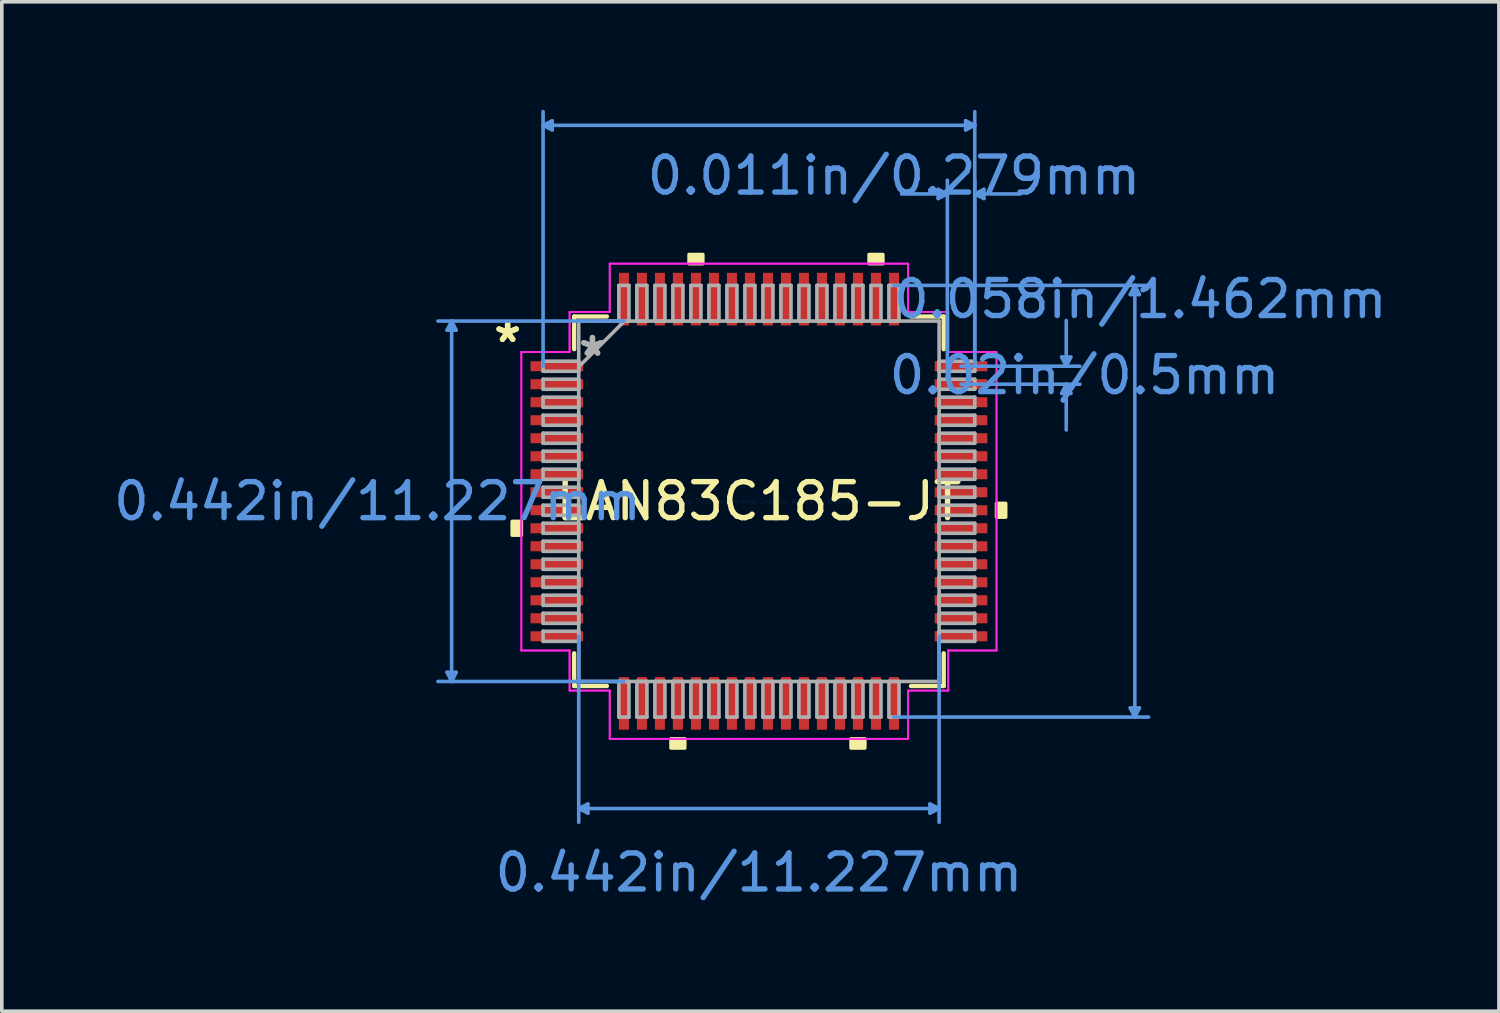
<source format=kicad_pcb>
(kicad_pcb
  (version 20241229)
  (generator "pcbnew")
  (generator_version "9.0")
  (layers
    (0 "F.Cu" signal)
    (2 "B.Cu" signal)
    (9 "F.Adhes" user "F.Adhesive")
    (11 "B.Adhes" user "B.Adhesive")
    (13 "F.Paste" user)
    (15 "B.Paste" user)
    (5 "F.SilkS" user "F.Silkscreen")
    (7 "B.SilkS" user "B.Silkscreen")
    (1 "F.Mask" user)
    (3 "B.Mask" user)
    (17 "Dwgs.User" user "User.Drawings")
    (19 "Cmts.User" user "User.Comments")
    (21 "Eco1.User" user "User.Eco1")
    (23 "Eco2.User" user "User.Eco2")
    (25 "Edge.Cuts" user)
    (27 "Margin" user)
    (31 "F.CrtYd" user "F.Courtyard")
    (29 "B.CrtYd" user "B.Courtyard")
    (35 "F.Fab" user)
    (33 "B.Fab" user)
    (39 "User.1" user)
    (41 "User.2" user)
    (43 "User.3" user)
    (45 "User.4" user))
  (footprint "LAN83C185-JT"
    (layer "F.Cu")
    (at 18.026 10.87)
    (property "Reference" "LAN83C185-JT" (at 0 0 0) (layer "F.SilkS") (effects (font (size 1 1) (thickness 0.15))))
    (attr through_hole)
    (fp_line (start -5.131 -5.131) (end -5.131 -4.222) (stroke (width 0.12) (type solid)) (layer "F.SilkS"))
    (fp_line (start -5.131 4.222) (end -5.131 5.131) (stroke (width 0.12) (type solid)) (layer "F.SilkS"))
    (fp_line (start -5.131 5.131) (end -4.222 5.131) (stroke (width 0.12) (type solid)) (layer "F.SilkS"))
    (fp_line (start -4.222 -5.131) (end -5.131 -5.131) (stroke (width 0.12) (type solid)) (layer "F.SilkS"))
    (fp_line (start 4.222 5.131) (end 5.131 5.131) (stroke (width 0.12) (type solid)) (layer "F.SilkS"))
    (fp_line (start 5.131 -5.131) (end 4.222 -5.131) (stroke (width 0.12) (type solid)) (layer "F.SilkS"))
    (fp_line (start 5.131 -4.222) (end 5.131 -5.131) (stroke (width 0.12) (type solid)) (layer "F.SilkS"))
    (fp_line (start 5.131 5.131) (end 5.131 4.222) (stroke (width 0.12) (type solid)) (layer "F.SilkS"))
    (fp_poly (pts (xy -6.852 0.56) (xy -6.852 0.941) (xy -6.598 0.941) (xy -6.598 0.56)) (stroke (width 0.1) (type solid)) (fill yes) (layer "F.SilkS"))
    (fp_poly (pts (xy -2.441 6.598) (xy -2.441 6.852) (xy -2.06 6.852) (xy -2.06 6.598)) (stroke (width 0.1) (type solid)) (fill yes) (layer "F.SilkS"))
    (fp_poly (pts (xy -1.94 -6.598) (xy -1.94 -6.852) (xy -1.559 -6.852) (xy -1.559 -6.598)) (stroke (width 0.1) (type solid)) (fill yes) (layer "F.SilkS"))
    (fp_poly (pts (xy 2.559 6.598) (xy 2.559 6.852) (xy 2.941 6.852) (xy 2.941 6.598)) (stroke (width 0.1) (type solid)) (fill yes) (layer "F.SilkS"))
    (fp_poly (pts (xy 3.06 -6.598) (xy 3.06 -6.852) (xy 3.441 -6.852) (xy 3.441 -6.598)) (stroke (width 0.1) (type solid)) (fill yes) (layer "F.SilkS"))
    (fp_poly (pts (xy 6.852 0.059) (xy 6.852 0.441) (xy 6.598 0.441) (xy 6.598 0.059)) (stroke (width 0.1) (type solid)) (fill yes) (layer "F.SilkS"))
    (fp_line (start -8.661 -4.75) (end -8.407 -4.75) (stroke (width 0.1) (type solid)) (layer "Cmts.User"))
    (fp_line (start -8.661 4.75) (end -8.407 4.75) (stroke (width 0.1) (type solid)) (layer "Cmts.User"))
    (fp_line (start -8.534 -5.004) (end -8.661 -4.75) (stroke (width 0.1) (type solid)) (layer "Cmts.User"))
    (fp_line (start -8.534 -5.004) (end -8.534 5.004) (stroke (width 0.1) (type solid)) (layer "Cmts.User"))
    (fp_line (start -8.534 -5.004) (end -8.407 -4.75) (stroke (width 0.1) (type solid)) (layer "Cmts.User"))
    (fp_line (start -8.534 5.004) (end -8.661 4.75) (stroke (width 0.1) (type solid)) (layer "Cmts.User"))
    (fp_line (start -8.534 5.004) (end -8.407 4.75) (stroke (width 0.1) (type solid)) (layer "Cmts.User"))
    (fp_line (start -5.994 -10.439) (end -5.74 -10.566) (stroke (width 0.1) (type solid)) (layer "Cmts.User"))
    (fp_line (start -5.994 -10.439) (end -5.74 -10.312) (stroke (width 0.1) (type solid)) (layer "Cmts.User"))
    (fp_line (start -5.994 -10.439) (end 5.994 -10.439) (stroke (width 0.1) (type solid)) (layer "Cmts.User"))
    (fp_line (start -5.994 -3.75) (end -5.994 -10.82) (stroke (width 0.1) (type solid)) (layer "Cmts.User"))
    (fp_line (start -5.74 -10.566) (end -5.74 -10.312) (stroke (width 0.1) (type solid)) (layer "Cmts.User"))
    (fp_line (start -5.004 3.75) (end -5.004 8.915) (stroke (width 0.1) (type solid)) (layer "Cmts.User"))
    (fp_line (start -5.004 8.534) (end -4.75 8.407) (stroke (width 0.1) (type solid)) (layer "Cmts.User"))
    (fp_line (start -5.004 8.534) (end -4.75 8.661) (stroke (width 0.1) (type solid)) (layer "Cmts.User"))
    (fp_line (start -5.004 8.534) (end 5.004 8.534) (stroke (width 0.1) (type solid)) (layer "Cmts.User"))
    (fp_line (start -4.75 8.407) (end -4.75 8.661) (stroke (width 0.1) (type solid)) (layer "Cmts.User"))
    (fp_line (start -3.75 -5.004) (end -8.915 -5.004) (stroke (width 0.1) (type solid)) (layer "Cmts.User"))
    (fp_line (start -3.75 5.004) (end -8.915 5.004) (stroke (width 0.1) (type solid)) (layer "Cmts.User"))
    (fp_line (start 3.75 -5.994) (end 10.82 -5.994) (stroke (width 0.1) (type solid)) (layer "Cmts.User"))
    (fp_line (start 3.75 5.994) (end 10.82 5.994) (stroke (width 0.1) (type solid)) (layer "Cmts.User"))
    (fp_line (start 4.75 8.407) (end 4.75 8.661) (stroke (width 0.1) (type solid)) (layer "Cmts.User"))
    (fp_line (start 4.978 -8.661) (end 4.978 -8.407) (stroke (width 0.1) (type solid)) (layer "Cmts.User"))
    (fp_line (start 5.004 3.75) (end 5.004 8.915) (stroke (width 0.1) (type solid)) (layer "Cmts.User"))
    (fp_line (start 5.004 8.534) (end 4.75 8.407) (stroke (width 0.1) (type solid)) (layer "Cmts.User"))
    (fp_line (start 5.004 8.534) (end 4.75 8.661) (stroke (width 0.1) (type solid)) (layer "Cmts.User"))
    (fp_line (start 5.232 -8.534) (end 3.962 -8.534) (stroke (width 0.1) (type solid)) (layer "Cmts.User"))
    (fp_line (start 5.232 -8.534) (end 4.978 -8.661) (stroke (width 0.1) (type solid)) (layer "Cmts.User"))
    (fp_line (start 5.232 -8.534) (end 4.978 -8.407) (stroke (width 0.1) (type solid)) (layer "Cmts.User"))
    (fp_line (start 5.232 -3.75) (end 5.232 -8.915) (stroke (width 0.1) (type solid)) (layer "Cmts.User"))
    (fp_line (start 5.613 -3.75) (end 8.915 -3.75) (stroke (width 0.1) (type solid)) (layer "Cmts.User"))
    (fp_line (start 5.613 -3.25) (end 8.915 -3.25) (stroke (width 0.1) (type solid)) (layer "Cmts.User"))
    (fp_line (start 5.74 -10.566) (end 5.74 -10.312) (stroke (width 0.1) (type solid)) (layer "Cmts.User"))
    (fp_line (start 5.994 -10.439) (end 5.74 -10.566) (stroke (width 0.1) (type solid)) (layer "Cmts.User"))
    (fp_line (start 5.994 -10.439) (end 5.74 -10.312) (stroke (width 0.1) (type solid)) (layer "Cmts.User"))
    (fp_line (start 5.994 -8.534) (end 6.248 -8.661) (stroke (width 0.1) (type solid)) (layer "Cmts.User"))
    (fp_line (start 5.994 -8.534) (end 6.248 -8.407) (stroke (width 0.1) (type solid)) (layer "Cmts.User"))
    (fp_line (start 5.994 -8.534) (end 7.264 -8.534) (stroke (width 0.1) (type solid)) (layer "Cmts.User"))
    (fp_line (start 5.994 -3.75) (end 5.994 -10.82) (stroke (width 0.1) (type solid)) (layer "Cmts.User"))
    (fp_line (start 5.994 -3.75) (end 5.994 -8.915) (stroke (width 0.1) (type solid)) (layer "Cmts.User"))
    (fp_line (start 6.248 -8.661) (end 6.248 -8.407) (stroke (width 0.1) (type solid)) (layer "Cmts.User"))
    (fp_line (start 8.407 -4.004) (end 8.661 -4.004) (stroke (width 0.1) (type solid)) (layer "Cmts.User"))
    (fp_line (start 8.407 -2.996) (end 8.661 -2.996) (stroke (width 0.1) (type solid)) (layer "Cmts.User"))
    (fp_line (start 8.534 -3.75) (end 8.407 -4.004) (stroke (width 0.1) (type solid)) (layer "Cmts.User"))
    (fp_line (start 8.534 -3.75) (end 8.534 -5.02) (stroke (width 0.1) (type solid)) (layer "Cmts.User"))
    (fp_line (start 8.534 -3.75) (end 8.661 -4.004) (stroke (width 0.1) (type solid)) (layer "Cmts.User"))
    (fp_line (start 8.534 -3.25) (end 8.407 -2.996) (stroke (width 0.1) (type solid)) (layer "Cmts.User"))
    (fp_line (start 8.534 -3.25) (end 8.534 -1.98) (stroke (width 0.1) (type solid)) (layer "Cmts.User"))
    (fp_line (start 8.534 -3.25) (end 8.661 -2.996) (stroke (width 0.1) (type solid)) (layer "Cmts.User"))
    (fp_line (start 10.312 -5.74) (end 10.566 -5.74) (stroke (width 0.1) (type solid)) (layer "Cmts.User"))
    (fp_line (start 10.312 5.74) (end 10.566 5.74) (stroke (width 0.1) (type solid)) (layer "Cmts.User"))
    (fp_line (start 10.439 -5.994) (end 10.312 -5.74) (stroke (width 0.1) (type solid)) (layer "Cmts.User"))
    (fp_line (start 10.439 -5.994) (end 10.439 5.994) (stroke (width 0.1) (type solid)) (layer "Cmts.User"))
    (fp_line (start 10.439 -5.994) (end 10.566 -5.74) (stroke (width 0.1) (type solid)) (layer "Cmts.User"))
    (fp_line (start 10.439 5.994) (end 10.312 5.74) (stroke (width 0.1) (type solid)) (layer "Cmts.User"))
    (fp_line (start 10.439 5.994) (end 10.566 5.74) (stroke (width 0.1) (type solid)) (layer "Cmts.User"))
    (fp_line (start -6.598 -4.144) (end -5.258 -4.144) (stroke (width 0.05) (type solid)) (layer "F.CrtYd"))
    (fp_line (start -6.598 -4.144) (end -5.258 -4.144) (stroke (width 0.05) (type solid)) (layer "F.CrtYd"))
    (fp_line (start -6.598 4.144) (end -6.598 -4.144) (stroke (width 0.05) (type solid)) (layer "F.CrtYd"))
    (fp_line (start -6.598 4.144) (end -6.598 -4.144) (stroke (width 0.05) (type solid)) (layer "F.CrtYd"))
    (fp_line (start -5.258 -5.258) (end -4.144 -5.258) (stroke (width 0.05) (type solid)) (layer "F.CrtYd"))
    (fp_line (start -5.258 -5.258) (end -4.144 -5.258) (stroke (width 0.05) (type solid)) (layer "F.CrtYd"))
    (fp_line (start -5.258 -4.144) (end -5.258 -5.258) (stroke (width 0.05) (type solid)) (layer "F.CrtYd"))
    (fp_line (start -5.258 -4.144) (end -5.258 -5.258) (stroke (width 0.05) (type solid)) (layer "F.CrtYd"))
    (fp_line (start -5.258 4.144) (end -6.598 4.144) (stroke (width 0.05) (type solid)) (layer "F.CrtYd"))
    (fp_line (start -5.258 4.144) (end -6.598 4.144) (stroke (width 0.05) (type solid)) (layer "F.CrtYd"))
    (fp_line (start -5.258 5.258) (end -5.258 4.144) (stroke (width 0.05) (type solid)) (layer "F.CrtYd"))
    (fp_line (start -5.258 5.258) (end -5.258 4.144) (stroke (width 0.05) (type solid)) (layer "F.CrtYd"))
    (fp_line (start -5.258 5.258) (end -4.144 5.258) (stroke (width 0.05) (type solid)) (layer "F.CrtYd"))
    (fp_line (start -4.144 -6.598) (end 4.144 -6.598) (stroke (width 0.05) (type solid)) (layer "F.CrtYd"))
    (fp_line (start -4.144 -6.598) (end 4.144 -6.598) (stroke (width 0.05) (type solid)) (layer "F.CrtYd"))
    (fp_line (start -4.144 -5.258) (end -4.144 -6.598) (stroke (width 0.05) (type solid)) (layer "F.CrtYd"))
    (fp_line (start -4.144 -5.258) (end -4.144 -6.598) (stroke (width 0.05) (type solid)) (layer "F.CrtYd"))
    (fp_line (start -4.144 5.258) (end -5.258 5.258) (stroke (width 0.05) (type solid)) (layer "F.CrtYd"))
    (fp_line (start -4.144 5.258) (end -4.144 6.598) (stroke (width 0.05) (type solid)) (layer "F.CrtYd"))
    (fp_line (start -4.144 6.598) (end -4.144 5.258) (stroke (width 0.05) (type solid)) (layer "F.CrtYd"))
    (fp_line (start -4.144 6.598) (end 4.144 6.598) (stroke (width 0.05) (type solid)) (layer "F.CrtYd"))
    (fp_line (start 4.144 -6.598) (end 4.144 -5.258) (stroke (width 0.05) (type solid)) (layer "F.CrtYd"))
    (fp_line (start 4.144 -6.598) (end 4.144 -5.258) (stroke (width 0.05) (type solid)) (layer "F.CrtYd"))
    (fp_line (start 4.144 -5.258) (end 5.258 -5.258) (stroke (width 0.05) (type solid)) (layer "F.CrtYd"))
    (fp_line (start 4.144 -5.258) (end 5.258 -5.258) (stroke (width 0.05) (type solid)) (layer "F.CrtYd"))
    (fp_line (start 4.144 5.258) (end 4.144 6.598) (stroke (width 0.05) (type solid)) (layer "F.CrtYd"))
    (fp_line (start 4.144 5.258) (end 5.258 5.258) (stroke (width 0.05) (type solid)) (layer "F.CrtYd"))
    (fp_line (start 4.144 6.598) (end -4.144 6.598) (stroke (width 0.05) (type solid)) (layer "F.CrtYd"))
    (fp_line (start 4.144 6.598) (end 4.144 5.258) (stroke (width 0.05) (type solid)) (layer "F.CrtYd"))
    (fp_line (start 5.258 -5.258) (end 5.258 -4.144) (stroke (width 0.05) (type solid)) (layer "F.CrtYd"))
    (fp_line (start 5.258 -4.144) (end 5.258 -5.258) (stroke (width 0.05) (type solid)) (layer "F.CrtYd"))
    (fp_line (start 5.258 -4.144) (end 6.598 -4.144) (stroke (width 0.05) (type solid)) (layer "F.CrtYd"))
    (fp_line (start 5.258 4.144) (end 5.258 5.258) (stroke (width 0.05) (type solid)) (layer "F.CrtYd"))
    (fp_line (start 5.258 4.144) (end 6.598 4.144) (stroke (width 0.05) (type solid)) (layer "F.CrtYd"))
    (fp_line (start 5.258 5.258) (end 4.144 5.258) (stroke (width 0.05) (type solid)) (layer "F.CrtYd"))
    (fp_line (start 5.258 5.258) (end 5.258 4.144) (stroke (width 0.05) (type solid)) (layer "F.CrtYd"))
    (fp_line (start 6.598 -4.144) (end 5.258 -4.144) (stroke (width 0.05) (type solid)) (layer "F.CrtYd"))
    (fp_line (start 6.598 -4.144) (end 6.598 4.144) (stroke (width 0.05) (type solid)) (layer "F.CrtYd"))
    (fp_line (start 6.598 4.144) (end 5.258 4.144) (stroke (width 0.05) (type solid)) (layer "F.CrtYd"))
    (fp_line (start 6.598 4.144) (end 6.598 -4.144) (stroke (width 0.05) (type solid)) (layer "F.CrtYd"))
    (fp_line (start -5.994 -3.89) (end -5.994 -3.61) (stroke (width 0.1) (type solid)) (layer "F.Fab"))
    (fp_line (start -5.994 -3.61) (end -5.004 -3.61) (stroke (width 0.1) (type solid)) (layer "F.Fab"))
    (fp_line (start -5.994 -3.39) (end -5.994 -3.11) (stroke (width 0.1) (type solid)) (layer "F.Fab"))
    (fp_line (start -5.994 -3.11) (end -5.004 -3.11) (stroke (width 0.1) (type solid)) (layer "F.Fab"))
    (fp_line (start -5.994 -2.89) (end -5.994 -2.61) (stroke (width 0.1) (type solid)) (layer "F.Fab"))
    (fp_line (start -5.994 -2.61) (end -5.004 -2.61) (stroke (width 0.1) (type solid)) (layer "F.Fab"))
    (fp_line (start -5.994 -2.39) (end -5.994 -2.11) (stroke (width 0.1) (type solid)) (layer "F.Fab"))
    (fp_line (start -5.994 -2.11) (end -5.004 -2.11) (stroke (width 0.1) (type solid)) (layer "F.Fab"))
    (fp_line (start -5.994 -1.89) (end -5.994 -1.61) (stroke (width 0.1) (type solid)) (layer "F.Fab"))
    (fp_line (start -5.994 -1.61) (end -5.004 -1.61) (stroke (width 0.1) (type solid)) (layer "F.Fab"))
    (fp_line (start -5.994 -1.39) (end -5.994 -1.11) (stroke (width 0.1) (type solid)) (layer "F.Fab"))
    (fp_line (start -5.994 -1.11) (end -5.004 -1.11) (stroke (width 0.1) (type solid)) (layer "F.Fab"))
    (fp_line (start -5.994 -0.89) (end -5.994 -0.61) (stroke (width 0.1) (type solid)) (layer "F.Fab"))
    (fp_line (start -5.994 -0.61) (end -5.004 -0.61) (stroke (width 0.1) (type solid)) (layer "F.Fab"))
    (fp_line (start -5.994 -0.39) (end -5.994 -0.11) (stroke (width 0.1) (type solid)) (layer "F.Fab"))
    (fp_line (start -5.994 -0.11) (end -5.004 -0.11) (stroke (width 0.1) (type solid)) (layer "F.Fab"))
    (fp_line (start -5.994 0.11) (end -5.994 0.39) (stroke (width 0.1) (type solid)) (layer "F.Fab"))
    (fp_line (start -5.994 0.39) (end -5.004 0.39) (stroke (width 0.1) (type solid)) (layer "F.Fab"))
    (fp_line (start -5.994 0.61) (end -5.994 0.89) (stroke (width 0.1) (type solid)) (layer "F.Fab"))
    (fp_line (start -5.994 0.89) (end -5.004 0.89) (stroke (width 0.1) (type solid)) (layer "F.Fab"))
    (fp_line (start -5.994 1.11) (end -5.994 1.39) (stroke (width 0.1) (type solid)) (layer "F.Fab"))
    (fp_line (start -5.994 1.39) (end -5.004 1.39) (stroke (width 0.1) (type solid)) (layer "F.Fab"))
    (fp_line (start -5.994 1.61) (end -5.994 1.89) (stroke (width 0.1) (type solid)) (layer "F.Fab"))
    (fp_line (start -5.994 1.89) (end -5.004 1.89) (stroke (width 0.1) (type solid)) (layer "F.Fab"))
    (fp_line (start -5.994 2.11) (end -5.994 2.39) (stroke (width 0.1) (type solid)) (layer "F.Fab"))
    (fp_line (start -5.994 2.39) (end -5.004 2.39) (stroke (width 0.1) (type solid)) (layer "F.Fab"))
    (fp_line (start -5.994 2.61) (end -5.994 2.89) (stroke (width 0.1) (type solid)) (layer "F.Fab"))
    (fp_line (start -5.994 2.89) (end -5.004 2.89) (stroke (width 0.1) (type solid)) (layer "F.Fab"))
    (fp_line (start -5.994 3.11) (end -5.994 3.39) (stroke (width 0.1) (type solid)) (layer "F.Fab"))
    (fp_line (start -5.994 3.39) (end -5.004 3.39) (stroke (width 0.1) (type solid)) (layer "F.Fab"))
    (fp_line (start -5.994 3.61) (end -5.994 3.89) (stroke (width 0.1) (type solid)) (layer "F.Fab"))
    (fp_line (start -5.994 3.89) (end -5.004 3.89) (stroke (width 0.1) (type solid)) (layer "F.Fab"))
    (fp_line (start -5.004 -5.004) (end -5.004 5.004) (stroke (width 0.1) (type solid)) (layer "F.Fab"))
    (fp_line (start -5.004 -3.89) (end -5.994 -3.89) (stroke (width 0.1) (type solid)) (layer "F.Fab"))
    (fp_line (start -5.004 -3.734) (end -3.734 -5.004) (stroke (width 0.1) (type solid)) (layer "F.Fab"))
    (fp_line (start -5.004 -3.61) (end -5.004 -3.89) (stroke (width 0.1) (type solid)) (layer "F.Fab"))
    (fp_line (start -5.004 -3.39) (end -5.994 -3.39) (stroke (width 0.1) (type solid)) (layer "F.Fab"))
    (fp_line (start -5.004 -3.11) (end -5.004 -3.39) (stroke (width 0.1) (type solid)) (layer "F.Fab"))
    (fp_line (start -5.004 -2.89) (end -5.994 -2.89) (stroke (width 0.1) (type solid)) (layer "F.Fab"))
    (fp_line (start -5.004 -2.61) (end -5.004 -2.89) (stroke (width 0.1) (type solid)) (layer "F.Fab"))
    (fp_line (start -5.004 -2.39) (end -5.994 -2.39) (stroke (width 0.1) (type solid)) (layer "F.Fab"))
    (fp_line (start -5.004 -2.11) (end -5.004 -2.39) (stroke (width 0.1) (type solid)) (layer "F.Fab"))
    (fp_line (start -5.004 -1.89) (end -5.994 -1.89) (stroke (width 0.1) (type solid)) (layer "F.Fab"))
    (fp_line (start -5.004 -1.61) (end -5.004 -1.89) (stroke (width 0.1) (type solid)) (layer "F.Fab"))
    (fp_line (start -5.004 -1.39) (end -5.994 -1.39) (stroke (width 0.1) (type solid)) (layer "F.Fab"))
    (fp_line (start -5.004 -1.11) (end -5.004 -1.39) (stroke (width 0.1) (type solid)) (layer "F.Fab"))
    (fp_line (start -5.004 -0.89) (end -5.994 -0.89) (stroke (width 0.1) (type solid)) (layer "F.Fab"))
    (fp_line (start -5.004 -0.61) (end -5.004 -0.89) (stroke (width 0.1) (type solid)) (layer "F.Fab"))
    (fp_line (start -5.004 -0.39) (end -5.994 -0.39) (stroke (width 0.1) (type solid)) (layer "F.Fab"))
    (fp_line (start -5.004 -0.11) (end -5.004 -0.39) (stroke (width 0.1) (type solid)) (layer "F.Fab"))
    (fp_line (start -5.004 0.11) (end -5.994 0.11) (stroke (width 0.1) (type solid)) (layer "F.Fab"))
    (fp_line (start -5.004 0.39) (end -5.004 0.11) (stroke (width 0.1) (type solid)) (layer "F.Fab"))
    (fp_line (start -5.004 0.61) (end -5.994 0.61) (stroke (width 0.1) (type solid)) (layer "F.Fab"))
    (fp_line (start -5.004 0.89) (end -5.004 0.61) (stroke (width 0.1) (type solid)) (layer "F.Fab"))
    (fp_line (start -5.004 1.11) (end -5.994 1.11) (stroke (width 0.1) (type solid)) (layer "F.Fab"))
    (fp_line (start -5.004 1.39) (end -5.004 1.11) (stroke (width 0.1) (type solid)) (layer "F.Fab"))
    (fp_line (start -5.004 1.61) (end -5.994 1.61) (stroke (width 0.1) (type solid)) (layer "F.Fab"))
    (fp_line (start -5.004 1.89) (end -5.004 1.61) (stroke (width 0.1) (type solid)) (layer "F.Fab"))
    (fp_line (start -5.004 2.11) (end -5.994 2.11) (stroke (width 0.1) (type solid)) (layer "F.Fab"))
    (fp_line (start -5.004 2.39) (end -5.004 2.11) (stroke (width 0.1) (type solid)) (layer "F.Fab"))
    (fp_line (start -5.004 2.61) (end -5.994 2.61) (stroke (width 0.1) (type solid)) (layer "F.Fab"))
    (fp_line (start -5.004 2.89) (end -5.004 2.61) (stroke (width 0.1) (type solid)) (layer "F.Fab"))
    (fp_line (start -5.004 3.11) (end -5.994 3.11) (stroke (width 0.1) (type solid)) (layer "F.Fab"))
    (fp_line (start -5.004 3.39) (end -5.004 3.11) (stroke (width 0.1) (type solid)) (layer "F.Fab"))
    (fp_line (start -5.004 3.61) (end -5.994 3.61) (stroke (width 0.1) (type solid)) (layer "F.Fab"))
    (fp_line (start -5.004 3.89) (end -5.004 3.61) (stroke (width 0.1) (type solid)) (layer "F.Fab"))
    (fp_line (start -5.004 5.004) (end 5.004 5.004) (stroke (width 0.1) (type solid)) (layer "F.Fab"))
    (fp_line (start -3.89 -5.994) (end -3.89 -5.004) (stroke (width 0.1) (type solid)) (layer "F.Fab"))
    (fp_line (start -3.89 -5.004) (end -3.61 -5.004) (stroke (width 0.1) (type solid)) (layer "F.Fab"))
    (fp_line (start -3.89 5.004) (end -3.89 5.994) (stroke (width 0.1) (type solid)) (layer "F.Fab"))
    (fp_line (start -3.89 5.994) (end -3.61 5.994) (stroke (width 0.1) (type solid)) (layer "F.Fab"))
    (fp_line (start -3.61 -5.994) (end -3.89 -5.994) (stroke (width 0.1) (type solid)) (layer "F.Fab"))
    (fp_line (start -3.61 -5.004) (end -3.61 -5.994) (stroke (width 0.1) (type solid)) (layer "F.Fab"))
    (fp_line (start -3.61 5.004) (end -3.89 5.004) (stroke (width 0.1) (type solid)) (layer "F.Fab"))
    (fp_line (start -3.61 5.994) (end -3.61 5.004) (stroke (width 0.1) (type solid)) (layer "F.Fab"))
    (fp_line (start -3.39 -5.994) (end -3.39 -5.004) (stroke (width 0.1) (type solid)) (layer "F.Fab"))
    (fp_line (start -3.39 -5.004) (end -3.11 -5.004) (stroke (width 0.1) (type solid)) (layer "F.Fab"))
    (fp_line (start -3.39 5.004) (end -3.39 5.994) (stroke (width 0.1) (type solid)) (layer "F.Fab"))
    (fp_line (start -3.39 5.994) (end -3.11 5.994) (stroke (width 0.1) (type solid)) (layer "F.Fab"))
    (fp_line (start -3.11 -5.994) (end -3.39 -5.994) (stroke (width 0.1) (type solid)) (layer "F.Fab"))
    (fp_line (start -3.11 -5.004) (end -3.11 -5.994) (stroke (width 0.1) (type solid)) (layer "F.Fab"))
    (fp_line (start -3.11 5.004) (end -3.39 5.004) (stroke (width 0.1) (type solid)) (layer "F.Fab"))
    (fp_line (start -3.11 5.994) (end -3.11 5.004) (stroke (width 0.1) (type solid)) (layer "F.Fab"))
    (fp_line (start -2.89 -5.994) (end -2.89 -5.004) (stroke (width 0.1) (type solid)) (layer "F.Fab"))
    (fp_line (start -2.89 -5.004) (end -2.61 -5.004) (stroke (width 0.1) (type solid)) (layer "F.Fab"))
    (fp_line (start -2.89 5.004) (end -2.89 5.994) (stroke (width 0.1) (type solid)) (layer "F.Fab"))
    (fp_line (start -2.89 5.994) (end -2.61 5.994) (stroke (width 0.1) (type solid)) (layer "F.Fab"))
    (fp_line (start -2.61 -5.994) (end -2.89 -5.994) (stroke (width 0.1) (type solid)) (layer "F.Fab"))
    (fp_line (start -2.61 -5.004) (end -2.61 -5.994) (stroke (width 0.1) (type solid)) (layer "F.Fab"))
    (fp_line (start -2.61 5.004) (end -2.89 5.004) (stroke (width 0.1) (type solid)) (layer "F.Fab"))
    (fp_line (start -2.61 5.994) (end -2.61 5.004) (stroke (width 0.1) (type solid)) (layer "F.Fab"))
    (fp_line (start -2.39 -5.994) (end -2.39 -5.004) (stroke (width 0.1) (type solid)) (layer "F.Fab"))
    (fp_line (start -2.39 -5.004) (end -2.11 -5.004) (stroke (width 0.1) (type solid)) (layer "F.Fab"))
    (fp_line (start -2.39 5.004) (end -2.39 5.994) (stroke (width 0.1) (type solid)) (layer "F.Fab"))
    (fp_line (start -2.39 5.994) (end -2.11 5.994) (stroke (width 0.1) (type solid)) (layer "F.Fab"))
    (fp_line (start -2.11 -5.994) (end -2.39 -5.994) (stroke (width 0.1) (type solid)) (layer "F.Fab"))
    (fp_line (start -2.11 -5.004) (end -2.11 -5.994) (stroke (width 0.1) (type solid)) (layer "F.Fab"))
    (fp_line (start -2.11 5.004) (end -2.39 5.004) (stroke (width 0.1) (type solid)) (layer "F.Fab"))
    (fp_line (start -2.11 5.994) (end -2.11 5.004) (stroke (width 0.1) (type solid)) (layer "F.Fab"))
    (fp_line (start -1.89 -5.994) (end -1.89 -5.004) (stroke (width 0.1) (type solid)) (layer "F.Fab"))
    (fp_line (start -1.89 -5.004) (end -1.61 -5.004) (stroke (width 0.1) (type solid)) (layer "F.Fab"))
    (fp_line (start -1.89 5.004) (end -1.89 5.994) (stroke (width 0.1) (type solid)) (layer "F.Fab"))
    (fp_line (start -1.89 5.994) (end -1.61 5.994) (stroke (width 0.1) (type solid)) (layer "F.Fab"))
    (fp_line (start -1.61 -5.994) (end -1.89 -5.994) (stroke (width 0.1) (type solid)) (layer "F.Fab"))
    (fp_line (start -1.61 -5.004) (end -1.61 -5.994) (stroke (width 0.1) (type solid)) (layer "F.Fab"))
    (fp_line (start -1.61 5.004) (end -1.89 5.004) (stroke (width 0.1) (type solid)) (layer "F.Fab"))
    (fp_line (start -1.61 5.994) (end -1.61 5.004) (stroke (width 0.1) (type solid)) (layer "F.Fab"))
    (fp_line (start -1.39 -5.994) (end -1.39 -5.004) (stroke (width 0.1) (type solid)) (layer "F.Fab"))
    (fp_line (start -1.39 -5.004) (end -1.11 -5.004) (stroke (width 0.1) (type solid)) (layer "F.Fab"))
    (fp_line (start -1.39 5.004) (end -1.39 5.994) (stroke (width 0.1) (type solid)) (layer "F.Fab"))
    (fp_line (start -1.39 5.994) (end -1.11 5.994) (stroke (width 0.1) (type solid)) (layer "F.Fab"))
    (fp_line (start -1.11 -5.994) (end -1.39 -5.994) (stroke (width 0.1) (type solid)) (layer "F.Fab"))
    (fp_line (start -1.11 -5.004) (end -1.11 -5.994) (stroke (width 0.1) (type solid)) (layer "F.Fab"))
    (fp_line (start -1.11 5.004) (end -1.39 5.004) (stroke (width 0.1) (type solid)) (layer "F.Fab"))
    (fp_line (start -1.11 5.994) (end -1.11 5.004) (stroke (width 0.1) (type solid)) (layer "F.Fab"))
    (fp_line (start -0.89 -5.994) (end -0.89 -5.004) (stroke (width 0.1) (type solid)) (layer "F.Fab"))
    (fp_line (start -0.89 -5.004) (end -0.61 -5.004) (stroke (width 0.1) (type solid)) (layer "F.Fab"))
    (fp_line (start -0.89 5.004) (end -0.89 5.994) (stroke (width 0.1) (type solid)) (layer "F.Fab"))
    (fp_line (start -0.89 5.994) (end -0.61 5.994) (stroke (width 0.1) (type solid)) (layer "F.Fab"))
    (fp_line (start -0.61 -5.994) (end -0.89 -5.994) (stroke (width 0.1) (type solid)) (layer "F.Fab"))
    (fp_line (start -0.61 -5.004) (end -0.61 -5.994) (stroke (width 0.1) (type solid)) (layer "F.Fab"))
    (fp_line (start -0.61 5.004) (end -0.89 5.004) (stroke (width 0.1) (type solid)) (layer "F.Fab"))
    (fp_line (start -0.61 5.994) (end -0.61 5.004) (stroke (width 0.1) (type solid)) (layer "F.Fab"))
    (fp_line (start -0.39 -5.994) (end -0.39 -5.004) (stroke (width 0.1) (type solid)) (layer "F.Fab"))
    (fp_line (start -0.39 -5.004) (end -0.11 -5.004) (stroke (width 0.1) (type solid)) (layer "F.Fab"))
    (fp_line (start -0.39 5.004) (end -0.39 5.994) (stroke (width 0.1) (type solid)) (layer "F.Fab"))
    (fp_line (start -0.39 5.994) (end -0.11 5.994) (stroke (width 0.1) (type solid)) (layer "F.Fab"))
    (fp_line (start -0.11 -5.994) (end -0.39 -5.994) (stroke (width 0.1) (type solid)) (layer "F.Fab"))
    (fp_line (start -0.11 -5.004) (end -0.11 -5.994) (stroke (width 0.1) (type solid)) (layer "F.Fab"))
    (fp_line (start -0.11 5.004) (end -0.39 5.004) (stroke (width 0.1) (type solid)) (layer "F.Fab"))
    (fp_line (start -0.11 5.994) (end -0.11 5.004) (stroke (width 0.1) (type solid)) (layer "F.Fab"))
    (fp_line (start 0.11 -5.994) (end 0.11 -5.004) (stroke (width 0.1) (type solid)) (layer "F.Fab"))
    (fp_line (start 0.11 -5.004) (end 0.39 -5.004) (stroke (width 0.1) (type solid)) (layer "F.Fab"))
    (fp_line (start 0.11 5.004) (end 0.11 5.994) (stroke (width 0.1) (type solid)) (layer "F.Fab"))
    (fp_line (start 0.11 5.994) (end 0.39 5.994) (stroke (width 0.1) (type solid)) (layer "F.Fab"))
    (fp_line (start 0.39 -5.994) (end 0.11 -5.994) (stroke (width 0.1) (type solid)) (layer "F.Fab"))
    (fp_line (start 0.39 -5.004) (end 0.39 -5.994) (stroke (width 0.1) (type solid)) (layer "F.Fab"))
    (fp_line (start 0.39 5.004) (end 0.11 5.004) (stroke (width 0.1) (type solid)) (layer "F.Fab"))
    (fp_line (start 0.39 5.994) (end 0.39 5.004) (stroke (width 0.1) (type solid)) (layer "F.Fab"))
    (fp_line (start 0.61 -5.994) (end 0.61 -5.004) (stroke (width 0.1) (type solid)) (layer "F.Fab"))
    (fp_line (start 0.61 -5.004) (end 0.89 -5.004) (stroke (width 0.1) (type solid)) (layer "F.Fab"))
    (fp_line (start 0.61 5.004) (end 0.61 5.994) (stroke (width 0.1) (type solid)) (layer "F.Fab"))
    (fp_line (start 0.61 5.994) (end 0.89 5.994) (stroke (width 0.1) (type solid)) (layer "F.Fab"))
    (fp_line (start 0.89 -5.994) (end 0.61 -5.994) (stroke (width 0.1) (type solid)) (layer "F.Fab"))
    (fp_line (start 0.89 -5.004) (end 0.89 -5.994) (stroke (width 0.1) (type solid)) (layer "F.Fab"))
    (fp_line (start 0.89 5.004) (end 0.61 5.004) (stroke (width 0.1) (type solid)) (layer "F.Fab"))
    (fp_line (start 0.89 5.994) (end 0.89 5.004) (stroke (width 0.1) (type solid)) (layer "F.Fab"))
    (fp_line (start 1.11 -5.994) (end 1.11 -5.004) (stroke (width 0.1) (type solid)) (layer "F.Fab"))
    (fp_line (start 1.11 -5.004) (end 1.39 -5.004) (stroke (width 0.1) (type solid)) (layer "F.Fab"))
    (fp_line (start 1.11 5.004) (end 1.11 5.994) (stroke (width 0.1) (type solid)) (layer "F.Fab"))
    (fp_line (start 1.11 5.994) (end 1.39 5.994) (stroke (width 0.1) (type solid)) (layer "F.Fab"))
    (fp_line (start 1.39 -5.994) (end 1.11 -5.994) (stroke (width 0.1) (type solid)) (layer "F.Fab"))
    (fp_line (start 1.39 -5.004) (end 1.39 -5.994) (stroke (width 0.1) (type solid)) (layer "F.Fab"))
    (fp_line (start 1.39 5.004) (end 1.11 5.004) (stroke (width 0.1) (type solid)) (layer "F.Fab"))
    (fp_line (start 1.39 5.994) (end 1.39 5.004) (stroke (width 0.1) (type solid)) (layer "F.Fab"))
    (fp_line (start 1.61 -5.994) (end 1.61 -5.004) (stroke (width 0.1) (type solid)) (layer "F.Fab"))
    (fp_line (start 1.61 -5.004) (end 1.89 -5.004) (stroke (width 0.1) (type solid)) (layer "F.Fab"))
    (fp_line (start 1.61 5.004) (end 1.61 5.994) (stroke (width 0.1) (type solid)) (layer "F.Fab"))
    (fp_line (start 1.61 5.994) (end 1.89 5.994) (stroke (width 0.1) (type solid)) (layer "F.Fab"))
    (fp_line (start 1.89 -5.994) (end 1.61 -5.994) (stroke (width 0.1) (type solid)) (layer "F.Fab"))
    (fp_line (start 1.89 -5.004) (end 1.89 -5.994) (stroke (width 0.1) (type solid)) (layer "F.Fab"))
    (fp_line (start 1.89 5.004) (end 1.61 5.004) (stroke (width 0.1) (type solid)) (layer "F.Fab"))
    (fp_line (start 1.89 5.994) (end 1.89 5.004) (stroke (width 0.1) (type solid)) (layer "F.Fab"))
    (fp_line (start 2.11 -5.994) (end 2.11 -5.004) (stroke (width 0.1) (type solid)) (layer "F.Fab"))
    (fp_line (start 2.11 -5.004) (end 2.39 -5.004) (stroke (width 0.1) (type solid)) (layer "F.Fab"))
    (fp_line (start 2.11 5.004) (end 2.11 5.994) (stroke (width 0.1) (type solid)) (layer "F.Fab"))
    (fp_line (start 2.11 5.994) (end 2.39 5.994) (stroke (width 0.1) (type solid)) (layer "F.Fab"))
    (fp_line (start 2.39 -5.994) (end 2.11 -5.994) (stroke (width 0.1) (type solid)) (layer "F.Fab"))
    (fp_line (start 2.39 -5.004) (end 2.39 -5.994) (stroke (width 0.1) (type solid)) (layer "F.Fab"))
    (fp_line (start 2.39 5.004) (end 2.11 5.004) (stroke (width 0.1) (type solid)) (layer "F.Fab"))
    (fp_line (start 2.39 5.994) (end 2.39 5.004) (stroke (width 0.1) (type solid)) (layer "F.Fab"))
    (fp_line (start 2.61 -5.994) (end 2.61 -5.004) (stroke (width 0.1) (type solid)) (layer "F.Fab"))
    (fp_line (start 2.61 -5.004) (end 2.89 -5.004) (stroke (width 0.1) (type solid)) (layer "F.Fab"))
    (fp_line (start 2.61 5.004) (end 2.61 5.994) (stroke (width 0.1) (type solid)) (layer "F.Fab"))
    (fp_line (start 2.61 5.994) (end 2.89 5.994) (stroke (width 0.1) (type solid)) (layer "F.Fab"))
    (fp_line (start 2.89 -5.994) (end 2.61 -5.994) (stroke (width 0.1) (type solid)) (layer "F.Fab"))
    (fp_line (start 2.89 -5.004) (end 2.89 -5.994) (stroke (width 0.1) (type solid)) (layer "F.Fab"))
    (fp_line (start 2.89 5.004) (end 2.61 5.004) (stroke (width 0.1) (type solid)) (layer "F.Fab"))
    (fp_line (start 2.89 5.994) (end 2.89 5.004) (stroke (width 0.1) (type solid)) (layer "F.Fab"))
    (fp_line (start 3.11 -5.994) (end 3.11 -5.004) (stroke (width 0.1) (type solid)) (layer "F.Fab"))
    (fp_line (start 3.11 -5.004) (end 3.39 -5.004) (stroke (width 0.1) (type solid)) (layer "F.Fab"))
    (fp_line (start 3.11 5.004) (end 3.11 5.994) (stroke (width 0.1) (type solid)) (layer "F.Fab"))
    (fp_line (start 3.11 5.994) (end 3.39 5.994) (stroke (width 0.1) (type solid)) (layer "F.Fab"))
    (fp_line (start 3.39 -5.994) (end 3.11 -5.994) (stroke (width 0.1) (type solid)) (layer "F.Fab"))
    (fp_line (start 3.39 -5.004) (end 3.39 -5.994) (stroke (width 0.1) (type solid)) (layer "F.Fab"))
    (fp_line (start 3.39 5.004) (end 3.11 5.004) (stroke (width 0.1) (type solid)) (layer "F.Fab"))
    (fp_line (start 3.39 5.994) (end 3.39 5.004) (stroke (width 0.1) (type solid)) (layer "F.Fab"))
    (fp_line (start 3.61 -5.994) (end 3.61 -5.004) (stroke (width 0.1) (type solid)) (layer "F.Fab"))
    (fp_line (start 3.61 -5.004) (end 3.89 -5.004) (stroke (width 0.1) (type solid)) (layer "F.Fab"))
    (fp_line (start 3.61 5.004) (end 3.61 5.994) (stroke (width 0.1) (type solid)) (layer "F.Fab"))
    (fp_line (start 3.61 5.994) (end 3.89 5.994) (stroke (width 0.1) (type solid)) (layer "F.Fab"))
    (fp_line (start 3.89 -5.994) (end 3.61 -5.994) (stroke (width 0.1) (type solid)) (layer "F.Fab"))
    (fp_line (start 3.89 -5.004) (end 3.89 -5.994) (stroke (width 0.1) (type solid)) (layer "F.Fab"))
    (fp_line (start 3.89 5.004) (end 3.61 5.004) (stroke (width 0.1) (type solid)) (layer "F.Fab"))
    (fp_line (start 3.89 5.994) (end 3.89 5.004) (stroke (width 0.1) (type solid)) (layer "F.Fab"))
    (fp_line (start 5.004 -5.004) (end -5.004 -5.004) (stroke (width 0.1) (type solid)) (layer "F.Fab"))
    (fp_line (start 5.004 -3.89) (end 5.004 -3.61) (stroke (width 0.1) (type solid)) (layer "F.Fab"))
    (fp_line (start 5.004 -3.61) (end 5.994 -3.61) (stroke (width 0.1) (type solid)) (layer "F.Fab"))
    (fp_line (start 5.004 -3.39) (end 5.004 -3.11) (stroke (width 0.1) (type solid)) (layer "F.Fab"))
    (fp_line (start 5.004 -3.11) (end 5.994 -3.11) (stroke (width 0.1) (type solid)) (layer "F.Fab"))
    (fp_line (start 5.004 -2.89) (end 5.004 -2.61) (stroke (width 0.1) (type solid)) (layer "F.Fab"))
    (fp_line (start 5.004 -2.61) (end 5.994 -2.61) (stroke (width 0.1) (type solid)) (layer "F.Fab"))
    (fp_line (start 5.004 -2.39) (end 5.004 -2.11) (stroke (width 0.1) (type solid)) (layer "F.Fab"))
    (fp_line (start 5.004 -2.11) (end 5.994 -2.11) (stroke (width 0.1) (type solid)) (layer "F.Fab"))
    (fp_line (start 5.004 -1.89) (end 5.004 -1.61) (stroke (width 0.1) (type solid)) (layer "F.Fab"))
    (fp_line (start 5.004 -1.61) (end 5.994 -1.61) (stroke (width 0.1) (type solid)) (layer "F.Fab"))
    (fp_line (start 5.004 -1.39) (end 5.004 -1.11) (stroke (width 0.1) (type solid)) (layer "F.Fab"))
    (fp_line (start 5.004 -1.11) (end 5.994 -1.11) (stroke (width 0.1) (type solid)) (layer "F.Fab"))
    (fp_line (start 5.004 -0.89) (end 5.004 -0.61) (stroke (width 0.1) (type solid)) (layer "F.Fab"))
    (fp_line (start 5.004 -0.61) (end 5.994 -0.61) (stroke (width 0.1) (type solid)) (layer "F.Fab"))
    (fp_line (start 5.004 -0.39) (end 5.004 -0.11) (stroke (width 0.1) (type solid)) (layer "F.Fab"))
    (fp_line (start 5.004 -0.11) (end 5.994 -0.11) (stroke (width 0.1) (type solid)) (layer "F.Fab"))
    (fp_line (start 5.004 0.11) (end 5.004 0.39) (stroke (width 0.1) (type solid)) (layer "F.Fab"))
    (fp_line (start 5.004 0.39) (end 5.994 0.39) (stroke (width 0.1) (type solid)) (layer "F.Fab"))
    (fp_line (start 5.004 0.61) (end 5.004 0.89) (stroke (width 0.1) (type solid)) (layer "F.Fab"))
    (fp_line (start 5.004 0.89) (end 5.994 0.89) (stroke (width 0.1) (type solid)) (layer "F.Fab"))
    (fp_line (start 5.004 1.11) (end 5.004 1.39) (stroke (width 0.1) (type solid)) (layer "F.Fab"))
    (fp_line (start 5.004 1.39) (end 5.994 1.39) (stroke (width 0.1) (type solid)) (layer "F.Fab"))
    (fp_line (start 5.004 1.61) (end 5.004 1.89) (stroke (width 0.1) (type solid)) (layer "F.Fab"))
    (fp_line (start 5.004 1.89) (end 5.994 1.89) (stroke (width 0.1) (type solid)) (layer "F.Fab"))
    (fp_line (start 5.004 2.11) (end 5.004 2.39) (stroke (width 0.1) (type solid)) (layer "F.Fab"))
    (fp_line (start 5.004 2.39) (end 5.994 2.39) (stroke (width 0.1) (type solid)) (layer "F.Fab"))
    (fp_line (start 5.004 2.61) (end 5.004 2.89) (stroke (width 0.1) (type solid)) (layer "F.Fab"))
    (fp_line (start 5.004 2.89) (end 5.994 2.89) (stroke (width 0.1) (type solid)) (layer "F.Fab"))
    (fp_line (start 5.004 3.11) (end 5.004 3.39) (stroke (width 0.1) (type solid)) (layer "F.Fab"))
    (fp_line (start 5.004 3.39) (end 5.994 3.39) (stroke (width 0.1) (type solid)) (layer "F.Fab"))
    (fp_line (start 5.004 3.61) (end 5.004 3.89) (stroke (width 0.1) (type solid)) (layer "F.Fab"))
    (fp_line (start 5.004 3.89) (end 5.994 3.89) (stroke (width 0.1) (type solid)) (layer "F.Fab"))
    (fp_line (start 5.004 5.004) (end 5.004 -5.004) (stroke (width 0.1) (type solid)) (layer "F.Fab"))
    (fp_line (start 5.994 -3.89) (end 5.004 -3.89) (stroke (width 0.1) (type solid)) (layer "F.Fab"))
    (fp_line (start 5.994 -3.61) (end 5.994 -3.89) (stroke (width 0.1) (type solid)) (layer "F.Fab"))
    (fp_line (start 5.994 -3.39) (end 5.004 -3.39) (stroke (width 0.1) (type solid)) (layer "F.Fab"))
    (fp_line (start 5.994 -3.11) (end 5.994 -3.39) (stroke (width 0.1) (type solid)) (layer "F.Fab"))
    (fp_line (start 5.994 -2.89) (end 5.004 -2.89) (stroke (width 0.1) (type solid)) (layer "F.Fab"))
    (fp_line (start 5.994 -2.61) (end 5.994 -2.89) (stroke (width 0.1) (type solid)) (layer "F.Fab"))
    (fp_line (start 5.994 -2.39) (end 5.004 -2.39) (stroke (width 0.1) (type solid)) (layer "F.Fab"))
    (fp_line (start 5.994 -2.11) (end 5.994 -2.39) (stroke (width 0.1) (type solid)) (layer "F.Fab"))
    (fp_line (start 5.994 -1.89) (end 5.004 -1.89) (stroke (width 0.1) (type solid)) (layer "F.Fab"))
    (fp_line (start 5.994 -1.61) (end 5.994 -1.89) (stroke (width 0.1) (type solid)) (layer "F.Fab"))
    (fp_line (start 5.994 -1.39) (end 5.004 -1.39) (stroke (width 0.1) (type solid)) (layer "F.Fab"))
    (fp_line (start 5.994 -1.11) (end 5.994 -1.39) (stroke (width 0.1) (type solid)) (layer "F.Fab"))
    (fp_line (start 5.994 -0.89) (end 5.004 -0.89) (stroke (width 0.1) (type solid)) (layer "F.Fab"))
    (fp_line (start 5.994 -0.61) (end 5.994 -0.89) (stroke (width 0.1) (type solid)) (layer "F.Fab"))
    (fp_line (start 5.994 -0.39) (end 5.004 -0.39) (stroke (width 0.1) (type solid)) (layer "F.Fab"))
    (fp_line (start 5.994 -0.11) (end 5.994 -0.39) (stroke (width 0.1) (type solid)) (layer "F.Fab"))
    (fp_line (start 5.994 0.11) (end 5.004 0.11) (stroke (width 0.1) (type solid)) (layer "F.Fab"))
    (fp_line (start 5.994 0.39) (end 5.994 0.11) (stroke (width 0.1) (type solid)) (layer "F.Fab"))
    (fp_line (start 5.994 0.61) (end 5.004 0.61) (stroke (width 0.1) (type solid)) (layer "F.Fab"))
    (fp_line (start 5.994 0.89) (end 5.994 0.61) (stroke (width 0.1) (type solid)) (layer "F.Fab"))
    (fp_line (start 5.994 1.11) (end 5.004 1.11) (stroke (width 0.1) (type solid)) (layer "F.Fab"))
    (fp_line (start 5.994 1.39) (end 5.994 1.11) (stroke (width 0.1) (type solid)) (layer "F.Fab"))
    (fp_line (start 5.994 1.61) (end 5.004 1.61) (stroke (width 0.1) (type solid)) (layer "F.Fab"))
    (fp_line (start 5.994 1.89) (end 5.994 1.61) (stroke (width 0.1) (type solid)) (layer "F.Fab"))
    (fp_line (start 5.994 2.11) (end 5.004 2.11) (stroke (width 0.1) (type solid)) (layer "F.Fab"))
    (fp_line (start 5.994 2.39) (end 5.994 2.11) (stroke (width 0.1) (type solid)) (layer "F.Fab"))
    (fp_line (start 5.994 2.61) (end 5.004 2.61) (stroke (width 0.1) (type solid)) (layer "F.Fab"))
    (fp_line (start 5.994 2.89) (end 5.994 2.61) (stroke (width 0.1) (type solid)) (layer "F.Fab"))
    (fp_line (start 5.994 3.11) (end 5.004 3.11) (stroke (width 0.1) (type solid)) (layer "F.Fab"))
    (fp_line (start 5.994 3.39) (end 5.994 3.11) (stroke (width 0.1) (type solid)) (layer "F.Fab"))
    (fp_line (start 5.994 3.61) (end 5.004 3.61) (stroke (width 0.1) (type solid)) (layer "F.Fab"))
    (fp_line (start 5.994 3.89) (end 5.994 3.61) (stroke (width 0.1) (type solid)) (layer "F.Fab"))
    (fp_text user "*" (at -6.979 -4.381 0) (layer "F.SilkS") (effects (font (size 1 1) (thickness 0.15))))
    (fp_text user "*" (at -6.979 -4.381 0) (layer "F.SilkS") (effects (font (size 1 1) (thickness 0.15))))
    (fp_text user "0.02in/0.5mm" (at 9.042 -3.5 0) (layer "Cmts.User") (effects (font (size 1 1) (thickness 0.15))))
    (fp_text user "0.011in/0.279mm" (at 3.75 -9.042 0) (layer "Cmts.User") (effects (font (size 1 1) (thickness 0.15))))
    (fp_text user "Copyright 2021 Accelerated Designs. All rights reserved." (at 0 0 0) (layer "Cmts.User") (effects (font (size 0.127 0.127) (thickness 0.002))))
    (fp_text user "0.442in/11.227mm" (at -10.592 0 0) (layer "Cmts.User") (effects (font (size 1 1) (thickness 0.15))))
    (fp_text user "0.058in/1.462mm" (at 10.592 -5.613 0) (layer "Cmts.User") (effects (font (size 1 1) (thickness 0.15))))
    (fp_text user "0.442in/11.227mm" (at 0 10.312 0) (layer "Cmts.User") (effects (font (size 1 1) (thickness 0.15))))
    (fp_text user "*" (at -4.623 -4 0) (layer "F.Fab") (effects (font (size 1 1) (thickness 0.15))))
    (fp_text user "*" (at -4.623 -4 0) (layer "F.Fab") (effects (font (size 1 1) (thickness 0.15))))
    (pad "1" smd rect (at -5.613 -3.75 90) (size 0.279 1.462) (layers "F.Cu" "F.Mask" "F.Paste"))
    (pad "2" smd rect (at -5.613 -3.25 90) (size 0.279 1.462) (layers "F.Cu" "F.Mask" "F.Paste"))
    (pad "3" smd rect (at -5.613 -2.75 90) (size 0.279 1.462) (layers "F.Cu" "F.Mask" "F.Paste"))
    (pad "4" smd rect (at -5.613 -2.25 90) (size 0.279 1.462) (layers "F.Cu" "F.Mask" "F.Paste"))
    (pad "5" smd rect (at -5.613 -1.75 90) (size 0.279 1.462) (layers "F.Cu" "F.Mask" "F.Paste"))
    (pad "6" smd rect (at -5.613 -1.25 90) (size 0.279 1.462) (layers "F.Cu" "F.Mask" "F.Paste"))
    (pad "7" smd rect (at -5.613 -0.75 90) (size 0.279 1.462) (layers "F.Cu" "F.Mask" "F.Paste"))
    (pad "8" smd rect (at -5.613 -0.25 90) (size 0.279 1.462) (layers "F.Cu" "F.Mask" "F.Paste"))
    (pad "9" smd rect (at -5.613 0.25 90) (size 0.279 1.462) (layers "F.Cu" "F.Mask" "F.Paste"))
    (pad "10" smd rect (at -5.613 0.75 90) (size 0.279 1.462) (layers "F.Cu" "F.Mask" "F.Paste"))
    (pad "11" smd rect (at -5.613 1.25 90) (size 0.279 1.462) (layers "F.Cu" "F.Mask" "F.Paste"))
    (pad "12" smd rect (at -5.613 1.75 90) (size 0.279 1.462) (layers "F.Cu" "F.Mask" "F.Paste"))
    (pad "13" smd rect (at -5.613 2.25 90) (size 0.279 1.462) (layers "F.Cu" "F.Mask" "F.Paste"))
    (pad "14" smd rect (at -5.613 2.75 90) (size 0.279 1.462) (layers "F.Cu" "F.Mask" "F.Paste"))
    (pad "15" smd rect (at -5.613 3.25 90) (size 0.279 1.462) (layers "F.Cu" "F.Mask" "F.Paste"))
    (pad "16" smd rect (at -5.613 3.75 90) (size 0.279 1.462) (layers "F.Cu" "F.Mask" "F.Paste"))
    (pad "17" smd rect (at -3.75 5.613) (size 0.279 1.462) (layers "F.Cu" "F.Mask" "F.Paste"))
    (pad "18" smd rect (at -3.25 5.613) (size 0.279 1.462) (layers "F.Cu" "F.Mask" "F.Paste"))
    (pad "19" smd rect (at -2.75 5.613) (size 0.279 1.462) (layers "F.Cu" "F.Mask" "F.Paste"))
    (pad "20" smd rect (at -2.25 5.613) (size 0.279 1.462) (layers "F.Cu" "F.Mask" "F.Paste"))
    (pad "21" smd rect (at -1.75 5.613) (size 0.279 1.462) (layers "F.Cu" "F.Mask" "F.Paste"))
    (pad "22" smd rect (at -1.25 5.613) (size 0.279 1.462) (layers "F.Cu" "F.Mask" "F.Paste"))
    (pad "23" smd rect (at -0.75 5.613) (size 0.279 1.462) (layers "F.Cu" "F.Mask" "F.Paste"))
    (pad "24" smd rect (at -0.25 5.613) (size 0.279 1.462) (layers "F.Cu" "F.Mask" "F.Paste"))
    (pad "25" smd rect (at 0.25 5.613) (size 0.279 1.462) (layers "F.Cu" "F.Mask" "F.Paste"))
    (pad "26" smd rect (at 0.75 5.613) (size 0.279 1.462) (layers "F.Cu" "F.Mask" "F.Paste"))
    (pad "27" smd rect (at 1.25 5.613) (size 0.279 1.462) (layers "F.Cu" "F.Mask" "F.Paste"))
    (pad "28" smd rect (at 1.75 5.613) (size 0.279 1.462) (layers "F.Cu" "F.Mask" "F.Paste"))
    (pad "29" smd rect (at 2.25 5.613) (size 0.279 1.462) (layers "F.Cu" "F.Mask" "F.Paste"))
    (pad "30" smd rect (at 2.75 5.613) (size 0.279 1.462) (layers "F.Cu" "F.Mask" "F.Paste"))
    (pad "31" smd rect (at 3.25 5.613) (size 0.279 1.462) (layers "F.Cu" "F.Mask" "F.Paste"))
    (pad "32" smd rect (at 3.75 5.613) (size 0.279 1.462) (layers "F.Cu" "F.Mask" "F.Paste"))
    (pad "33" smd rect (at 5.613 3.75 90) (size 0.279 1.462) (layers "F.Cu" "F.Mask" "F.Paste"))
    (pad "34" smd rect (at 5.613 3.25 90) (size 0.279 1.462) (layers "F.Cu" "F.Mask" "F.Paste"))
    (pad "35" smd rect (at 5.613 2.75 90) (size 0.279 1.462) (layers "F.Cu" "F.Mask" "F.Paste"))
    (pad "36" smd rect (at 5.613 2.25 90) (size 0.279 1.462) (layers "F.Cu" "F.Mask" "F.Paste"))
    (pad "37" smd rect (at 5.613 1.75 90) (size 0.279 1.462) (layers "F.Cu" "F.Mask" "F.Paste"))
    (pad "38" smd rect (at 5.613 1.25 90) (size 0.279 1.462) (layers "F.Cu" "F.Mask" "F.Paste"))
    (pad "39" smd rect (at 5.613 0.75 90) (size 0.279 1.462) (layers "F.Cu" "F.Mask" "F.Paste"))
    (pad "40" smd rect (at 5.613 0.25 90) (size 0.279 1.462) (layers "F.Cu" "F.Mask" "F.Paste"))
    (pad "41" smd rect (at 5.613 -0.25 90) (size 0.279 1.462) (layers "F.Cu" "F.Mask" "F.Paste"))
    (pad "42" smd rect (at 5.613 -0.75 90) (size 0.279 1.462) (layers "F.Cu" "F.Mask" "F.Paste"))
    (pad "43" smd rect (at 5.613 -1.25 90) (size 0.279 1.462) (layers "F.Cu" "F.Mask" "F.Paste"))
    (pad "44" smd rect (at 5.613 -1.75 90) (size 0.279 1.462) (layers "F.Cu" "F.Mask" "F.Paste"))
    (pad "45" smd rect (at 5.613 -2.25 90) (size 0.279 1.462) (layers "F.Cu" "F.Mask" "F.Paste"))
    (pad "46" smd rect (at 5.613 -2.75 90) (size 0.279 1.462) (layers "F.Cu" "F.Mask" "F.Paste"))
    (pad "47" smd rect (at 5.613 -3.25 90) (size 0.279 1.462) (layers "F.Cu" "F.Mask" "F.Paste"))
    (pad "48" smd rect (at 5.613 -3.75 90) (size 0.279 1.462) (layers "F.Cu" "F.Mask" "F.Paste"))
    (pad "49" smd rect (at 3.75 -5.613) (size 0.279 1.462) (layers "F.Cu" "F.Mask" "F.Paste"))
    (pad "50" smd rect (at 3.25 -5.613) (size 0.279 1.462) (layers "F.Cu" "F.Mask" "F.Paste"))
    (pad "51" smd rect (at 2.75 -5.613) (size 0.279 1.462) (layers "F.Cu" "F.Mask" "F.Paste"))
    (pad "52" smd rect (at 2.25 -5.613) (size 0.279 1.462) (layers "F.Cu" "F.Mask" "F.Paste"))
    (pad "53" smd rect (at 1.75 -5.613) (size 0.279 1.462) (layers "F.Cu" "F.Mask" "F.Paste"))
    (pad "54" smd rect (at 1.25 -5.613) (size 0.279 1.462) (layers "F.Cu" "F.Mask" "F.Paste"))
    (pad "55" smd rect (at 0.75 -5.613) (size 0.279 1.462) (layers "F.Cu" "F.Mask" "F.Paste"))
    (pad "56" smd rect (at 0.25 -5.613) (size 0.279 1.462) (layers "F.Cu" "F.Mask" "F.Paste"))
    (pad "57" smd rect (at -0.25 -5.613) (size 0.279 1.462) (layers "F.Cu" "F.Mask" "F.Paste"))
    (pad "58" smd rect (at -0.75 -5.613) (size 0.279 1.462) (layers "F.Cu" "F.Mask" "F.Paste"))
    (pad "59" smd rect (at -1.25 -5.613) (size 0.279 1.462) (layers "F.Cu" "F.Mask" "F.Paste"))
    (pad "60" smd rect (at -1.75 -5.613) (size 0.279 1.462) (layers "F.Cu" "F.Mask" "F.Paste"))
    (pad "61" smd rect (at -2.25 -5.613) (size 0.279 1.462) (layers "F.Cu" "F.Mask" "F.Paste"))
    (pad "62" smd rect (at -2.75 -5.613) (size 0.279 1.462) (layers "F.Cu" "F.Mask" "F.Paste"))
    (pad "63" smd rect (at -3.25 -5.613) (size 0.279 1.462) (layers "F.Cu" "F.Mask" "F.Paste"))
    (pad "64" smd rect (at -3.75 -5.613) (size 0.279 1.462) (layers "F.Cu" "F.Mask" "F.Paste")))
  (gr_rect
    (start -3 -3)
    (end 38.576 25.031)
    (stroke (width 0.1) (type default))
    (fill no)
    (layer "Edge.Cuts")))
</source>
